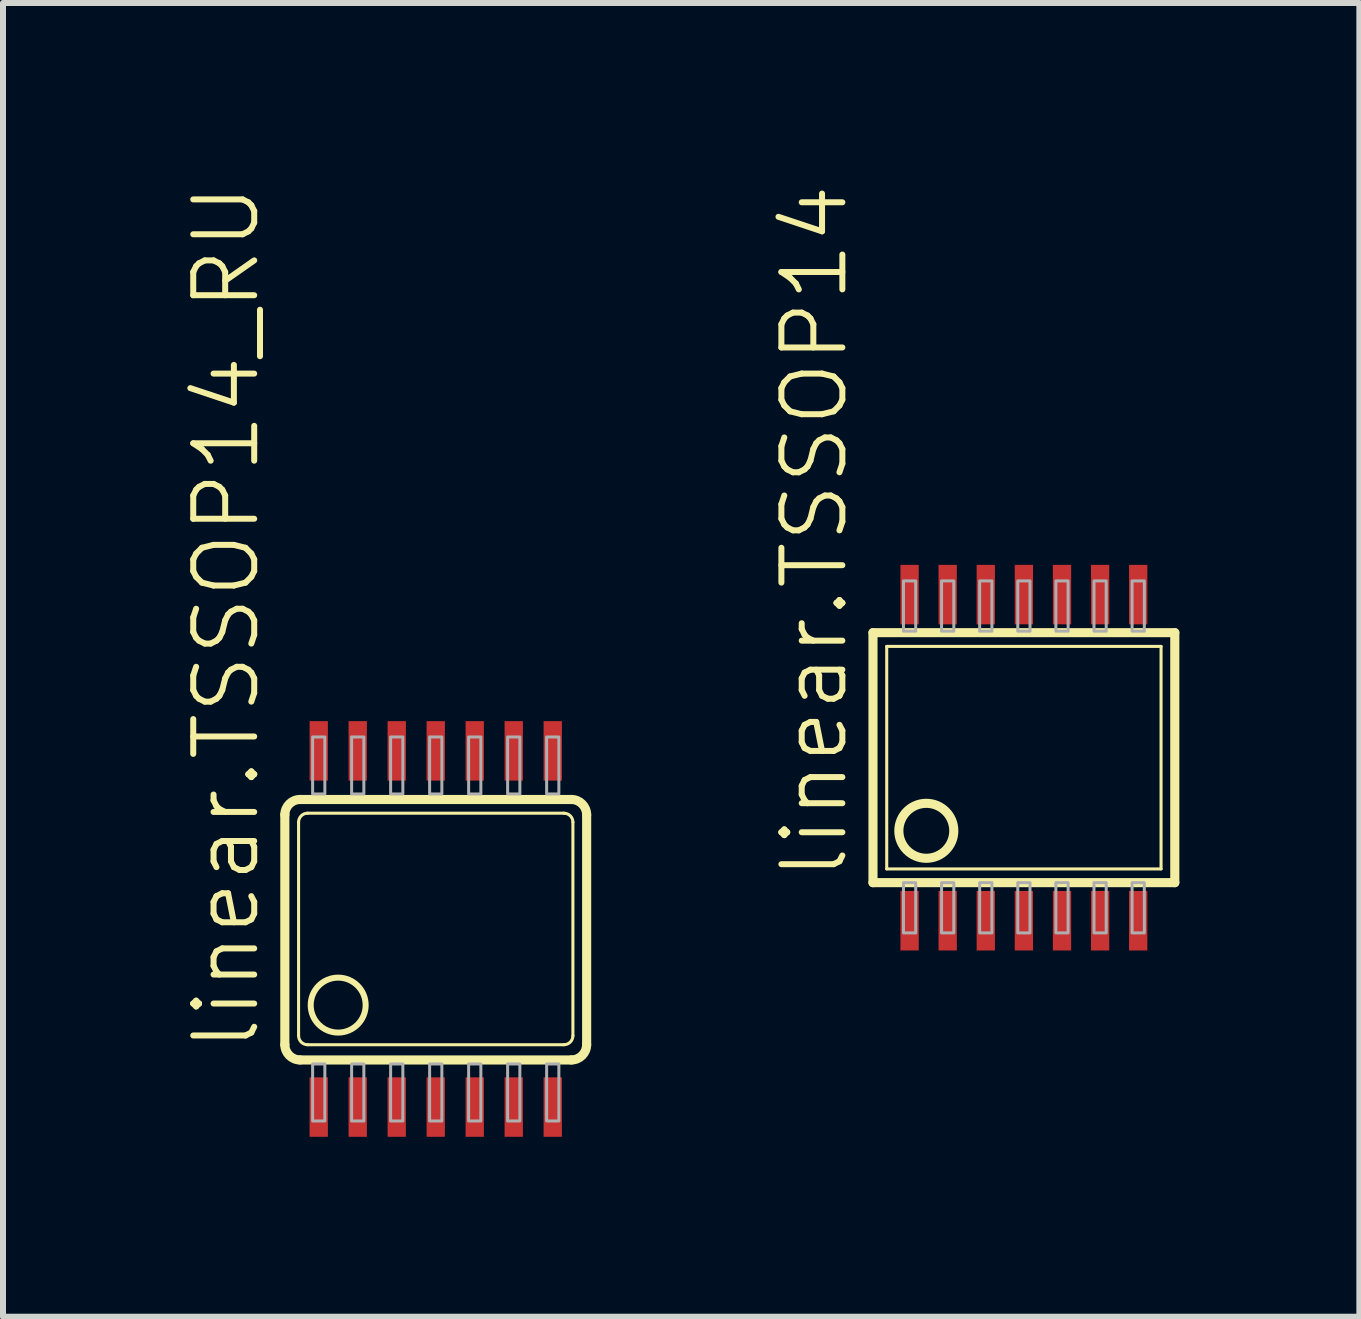
<source format=kicad_pcb>
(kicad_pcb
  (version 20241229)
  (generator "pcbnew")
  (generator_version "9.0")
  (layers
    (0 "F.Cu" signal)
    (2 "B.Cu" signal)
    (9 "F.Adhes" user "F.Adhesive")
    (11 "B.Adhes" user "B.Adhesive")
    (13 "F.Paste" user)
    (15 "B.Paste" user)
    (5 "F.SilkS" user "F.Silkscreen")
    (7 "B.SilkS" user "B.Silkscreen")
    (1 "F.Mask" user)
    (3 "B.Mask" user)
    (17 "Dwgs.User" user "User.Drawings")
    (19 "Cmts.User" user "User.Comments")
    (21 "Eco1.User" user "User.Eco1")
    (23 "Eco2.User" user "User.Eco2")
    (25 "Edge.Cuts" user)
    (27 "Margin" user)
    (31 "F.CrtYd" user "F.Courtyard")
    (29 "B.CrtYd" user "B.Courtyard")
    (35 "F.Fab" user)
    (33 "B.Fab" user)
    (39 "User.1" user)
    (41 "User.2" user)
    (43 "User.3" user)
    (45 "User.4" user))
  (footprint "linear.TSSOP14"
    (layer "F.Cu")
    (at 14.014 9.577)
    (property "Reference" "linear.TSSOP14" (at -2.896 2.083 90) (layer "F.SilkS") (effects (font (size 1.016 1.016) (thickness 0.1)) (justify left bottom)))
    (attr smd)
    (fp_line (start -2.515 2.083) (end -2.515 -2.083) (stroke (width 0.152) (type default)) (layer "F.SilkS"))
    (fp_line (start -2.515 2.083) (end 2.515 2.083) (stroke (width 0.152) (type default)) (layer "F.SilkS"))
    (fp_line (start -2.286 1.854) (end -2.286 -1.854) (stroke (width 0.051) (type default)) (layer "F.SilkS"))
    (fp_line (start -2.286 1.854) (end 2.286 1.854) (stroke (width 0.051) (type default)) (layer "F.SilkS"))
    (fp_line (start 2.286 -1.854) (end -2.286 -1.854) (stroke (width 0.051) (type default)) (layer "F.SilkS"))
    (fp_line (start 2.286 -1.854) (end 2.286 1.854) (stroke (width 0.051) (type default)) (layer "F.SilkS"))
    (fp_line (start 2.515 -2.083) (end -2.515 -2.083) (stroke (width 0.152) (type default)) (layer "F.SilkS"))
    (fp_line (start 2.515 -2.083) (end 2.515 2.083) (stroke (width 0.152) (type default)) (layer "F.SilkS"))
    (fp_circle (center -1.626 1.219) (end -1.168 1.219) (stroke (width 0.152) (type default)) (fill no) (layer "F.SilkS"))
    (fp_rect (start -2.007 -2.108) (end -1.803 -2.946) (stroke (width 0.05) (type default)) (fill no) (layer "F.Fab"))
    (fp_rect (start -2.007 2.921) (end -1.803 2.083) (stroke (width 0.05) (type default)) (fill no) (layer "F.Fab"))
    (fp_rect (start -1.372 -2.108) (end -1.168 -2.946) (stroke (width 0.05) (type default)) (fill no) (layer "F.Fab"))
    (fp_rect (start -1.372 2.921) (end -1.168 2.083) (stroke (width 0.05) (type default)) (fill no) (layer "F.Fab"))
    (fp_rect (start -0.737 -2.108) (end -0.533 -2.946) (stroke (width 0.05) (type default)) (fill no) (layer "F.Fab"))
    (fp_rect (start -0.737 2.921) (end -0.533 2.083) (stroke (width 0.05) (type default)) (fill no) (layer "F.Fab"))
    (fp_rect (start -0.102 -2.108) (end 0.102 -2.946) (stroke (width 0.05) (type default)) (fill no) (layer "F.Fab"))
    (fp_rect (start -0.102 2.921) (end 0.102 2.083) (stroke (width 0.05) (type default)) (fill no) (layer "F.Fab"))
    (fp_rect (start 0.533 -2.108) (end 0.737 -2.946) (stroke (width 0.05) (type default)) (fill no) (layer "F.Fab"))
    (fp_rect (start 0.533 2.921) (end 0.737 2.083) (stroke (width 0.05) (type default)) (fill no) (layer "F.Fab"))
    (fp_rect (start 1.168 -2.108) (end 1.372 -2.946) (stroke (width 0.05) (type default)) (fill no) (layer "F.Fab"))
    (fp_rect (start 1.168 2.921) (end 1.372 2.083) (stroke (width 0.05) (type default)) (fill no) (layer "F.Fab"))
    (fp_rect (start 1.803 -2.108) (end 2.007 -2.946) (stroke (width 0.05) (type default)) (fill no) (layer "F.Fab"))
    (fp_rect (start 1.803 2.921) (end 2.007 2.083) (stroke (width 0.05) (type default)) (fill no) (layer "F.Fab"))
    (pad "1" smd roundrect (at -1.905 2.718) (size 0.305 0.991) (layers "F.Cu" "F.Mask" "F.Paste") (roundrect_rratio 0.01))
    (pad "2" smd roundrect (at -1.27 2.718) (size 0.305 0.991) (layers "F.Cu" "F.Mask" "F.Paste") (roundrect_rratio 0.01))
    (pad "3" smd roundrect (at -0.635 2.718) (size 0.305 0.991) (layers "F.Cu" "F.Mask" "F.Paste") (roundrect_rratio 0.01))
    (pad "4" smd roundrect (at 0 2.718) (size 0.305 0.991) (layers "F.Cu" "F.Mask" "F.Paste") (roundrect_rratio 0.01))
    (pad "5" smd roundrect (at 0.635 2.718) (size 0.305 0.991) (layers "F.Cu" "F.Mask" "F.Paste") (roundrect_rratio 0.01))
    (pad "6" smd roundrect (at 1.27 2.718) (size 0.305 0.991) (layers "F.Cu" "F.Mask" "F.Paste") (roundrect_rratio 0.01))
    (pad "7" smd roundrect (at 1.905 2.718) (size 0.305 0.991) (layers "F.Cu" "F.Mask" "F.Paste") (roundrect_rratio 0.01))
    (pad "8" smd roundrect (at 1.905 -2.718) (size 0.305 0.991) (layers "F.Cu" "F.Mask" "F.Paste") (roundrect_rratio 0.01))
    (pad "9" smd roundrect (at 1.27 -2.718) (size 0.305 0.991) (layers "F.Cu" "F.Mask" "F.Paste") (roundrect_rratio 0.01))
    (pad "10" smd roundrect (at 0.635 -2.718) (size 0.305 0.991) (layers "F.Cu" "F.Mask" "F.Paste") (roundrect_rratio 0.01))
    (pad "11" smd roundrect (at 0 -2.718) (size 0.305 0.991) (layers "F.Cu" "F.Mask" "F.Paste") (roundrect_rratio 0.01))
    (pad "12" smd roundrect (at -0.635 -2.718) (size 0.305 0.991) (layers "F.Cu" "F.Mask" "F.Paste") (roundrect_rratio 0.01))
    (pad "13" smd roundrect (at -1.27 -2.718) (size 0.305 0.991) (layers "F.Cu" "F.Mask" "F.Paste") (roundrect_rratio 0.01))
    (pad "14" smd roundrect (at -1.905 -2.718) (size 0.305 0.991) (layers "F.Cu" "F.Mask" "F.Paste") (roundrect_rratio 0.01)))
  (footprint "linear.TSSOP14_RU"
    (layer "F.Cu")
    (at 4.212 12.432)
    (property "Reference" "linear.TSSOP14_RU" (at -2.896 2.083 90) (layer "F.SilkS") (effects (font (size 1.016 1.016) (thickness 0.1)) (justify left bottom)))
    (attr smd)
    (fp_line (start -2.515 1.929) (end -2.515 -1.904) (stroke (width 0.152) (type default)) (layer "F.SilkS"))
    (fp_line (start -2.286 1.779) (end -2.286 -1.779) (stroke (width 0.051) (type default)) (layer "F.SilkS"))
    (fp_line (start -2.261 -2.158) (end 2.261 -2.158) (stroke (width 0.152) (type default)) (layer "F.SilkS"))
    (fp_line (start -2.136 -1.929) (end 2.136 -1.929) (stroke (width 0.051) (type default)) (layer "F.SilkS"))
    (fp_line (start 2.136 1.929) (end -2.136 1.929) (stroke (width 0.051) (type default)) (layer "F.SilkS"))
    (fp_line (start 2.261 2.183) (end -2.261 2.183) (stroke (width 0.152) (type default)) (layer "F.SilkS"))
    (fp_line (start 2.286 -1.779) (end 2.286 1.779) (stroke (width 0.051) (type default)) (layer "F.SilkS"))
    (fp_line (start 2.515 -1.904) (end 2.515 1.929) (stroke (width 0.152) (type default)) (layer "F.SilkS"))
    (fp_arc (start -2.5146 -1.9038) (mid -2.440205 -2.083405) (end -2.2606 -2.1578) (stroke (width 0.1524) (type default)) (layer "F.SilkS"))
    (fp_arc (start -2.286 -1.7792) (mid -2.242066 -1.885266) (end -2.136 -1.9292) (stroke (width 0.0508) (type default)) (layer "F.SilkS"))
    (fp_arc (start -2.2606 2.1828) (mid -2.440205 2.108405) (end -2.5146 1.9288) (stroke (width 0.1524) (type default)) (layer "F.SilkS"))
    (fp_arc (start -2.136 1.9292) (mid -2.242066 1.885266) (end -2.286 1.7792) (stroke (width 0.0508) (type default)) (layer "F.SilkS"))
    (fp_arc (start 2.136 -1.9292) (mid 2.242066 -1.885266) (end 2.286 -1.7792) (stroke (width 0.0508) (type default)) (layer "F.SilkS"))
    (fp_arc (start 2.2606 -2.1578) (mid 2.440205 -2.083405) (end 2.5146 -1.9038) (stroke (width 0.1524) (type default)) (layer "F.SilkS"))
    (fp_arc (start 2.286 1.7792) (mid 2.242066 1.885266) (end 2.136 1.9292) (stroke (width 0.0508) (type default)) (layer "F.SilkS"))
    (fp_arc (start 2.5146 1.9288) (mid 2.440205 2.108405) (end 2.2606 2.1828) (stroke (width 0.1524) (type default)) (layer "F.SilkS"))
    (fp_circle (center -1.626 1.269) (end -1.168 1.269) (stroke (width 0.1) (type default)) (fill no) (layer "F.SilkS"))
    (fp_rect (start -2.052 -2.25) (end -1.848 -3.2) (stroke (width 0.05) (type default)) (fill no) (layer "F.Fab"))
    (fp_rect (start -2.052 3.2) (end -1.848 2.25) (stroke (width 0.05) (type default)) (fill no) (layer "F.Fab"))
    (fp_rect (start -1.402 -2.25) (end -1.198 -3.2) (stroke (width 0.05) (type default)) (fill no) (layer "F.Fab"))
    (fp_rect (start -1.402 3.2) (end -1.198 2.25) (stroke (width 0.05) (type default)) (fill no) (layer "F.Fab"))
    (fp_rect (start -0.752 -2.25) (end -0.548 -3.2) (stroke (width 0.05) (type default)) (fill no) (layer "F.Fab"))
    (fp_rect (start -0.752 3.2) (end -0.548 2.25) (stroke (width 0.05) (type default)) (fill no) (layer "F.Fab"))
    (fp_rect (start -0.102 -2.25) (end 0.102 -3.2) (stroke (width 0.05) (type default)) (fill no) (layer "F.Fab"))
    (fp_rect (start -0.102 3.2) (end 0.102 2.25) (stroke (width 0.05) (type default)) (fill no) (layer "F.Fab"))
    (fp_rect (start 0.548 -2.25) (end 0.752 -3.2) (stroke (width 0.05) (type default)) (fill no) (layer "F.Fab"))
    (fp_rect (start 0.548 3.2) (end 0.752 2.25) (stroke (width 0.05) (type default)) (fill no) (layer "F.Fab"))
    (fp_rect (start 1.198 -2.25) (end 1.402 -3.2) (stroke (width 0.05) (type default)) (fill no) (layer "F.Fab"))
    (fp_rect (start 1.198 3.2) (end 1.402 2.25) (stroke (width 0.05) (type default)) (fill no) (layer "F.Fab"))
    (fp_rect (start 1.848 -2.25) (end 2.052 -3.2) (stroke (width 0.05) (type default)) (fill no) (layer "F.Fab"))
    (fp_rect (start 1.848 3.2) (end 2.052 2.25) (stroke (width 0.05) (type default)) (fill no) (layer "F.Fab"))
    (pad "1" smd roundrect (at -1.95 2.968) (size 0.305 0.991) (layers "F.Cu" "F.Mask" "F.Paste") (roundrect_rratio 0.01))
    (pad "2" smd roundrect (at -1.3 2.968) (size 0.305 0.991) (layers "F.Cu" "F.Mask" "F.Paste") (roundrect_rratio 0.01))
    (pad "3" smd roundrect (at -0.65 2.968) (size 0.305 0.991) (layers "F.Cu" "F.Mask" "F.Paste") (roundrect_rratio 0.01))
    (pad "4" smd roundrect (at 0 2.968) (size 0.305 0.991) (layers "F.Cu" "F.Mask" "F.Paste") (roundrect_rratio 0.01))
    (pad "5" smd roundrect (at 0.65 2.968) (size 0.305 0.991) (layers "F.Cu" "F.Mask" "F.Paste") (roundrect_rratio 0.01))
    (pad "6" smd roundrect (at 1.3 2.968) (size 0.305 0.991) (layers "F.Cu" "F.Mask" "F.Paste") (roundrect_rratio 0.01))
    (pad "7" smd roundrect (at 1.95 2.968) (size 0.305 0.991) (layers "F.Cu" "F.Mask" "F.Paste") (roundrect_rratio 0.01))
    (pad "8" smd roundrect (at 1.95 -2.968) (size 0.305 0.991) (layers "F.Cu" "F.Mask" "F.Paste") (roundrect_rratio 0.01))
    (pad "9" smd roundrect (at 1.3 -2.968) (size 0.305 0.991) (layers "F.Cu" "F.Mask" "F.Paste") (roundrect_rratio 0.01))
    (pad "10" smd roundrect (at 0.65 -2.968) (size 0.305 0.991) (layers "F.Cu" "F.Mask" "F.Paste") (roundrect_rratio 0.01))
    (pad "11" smd roundrect (at 0 -2.968) (size 0.305 0.991) (layers "F.Cu" "F.Mask" "F.Paste") (roundrect_rratio 0.01))
    (pad "12" smd roundrect (at -0.65 -2.968) (size 0.305 0.991) (layers "F.Cu" "F.Mask" "F.Paste") (roundrect_rratio 0.01))
    (pad "13" smd roundrect (at -1.3 -2.968) (size 0.305 0.991) (layers "F.Cu" "F.Mask" "F.Paste") (roundrect_rratio 0.01))
    (pad "14" smd roundrect (at -1.95 -2.968) (size 0.305 0.991) (layers "F.Cu" "F.Mask" "F.Paste") (roundrect_rratio 0.01)))
  (gr_rect
    (start -3 -3)
    (end 19.605 18.895)
    (stroke (width 0.1) (type default))
    (fill no)
    (layer "Edge.Cuts")))
</source>
